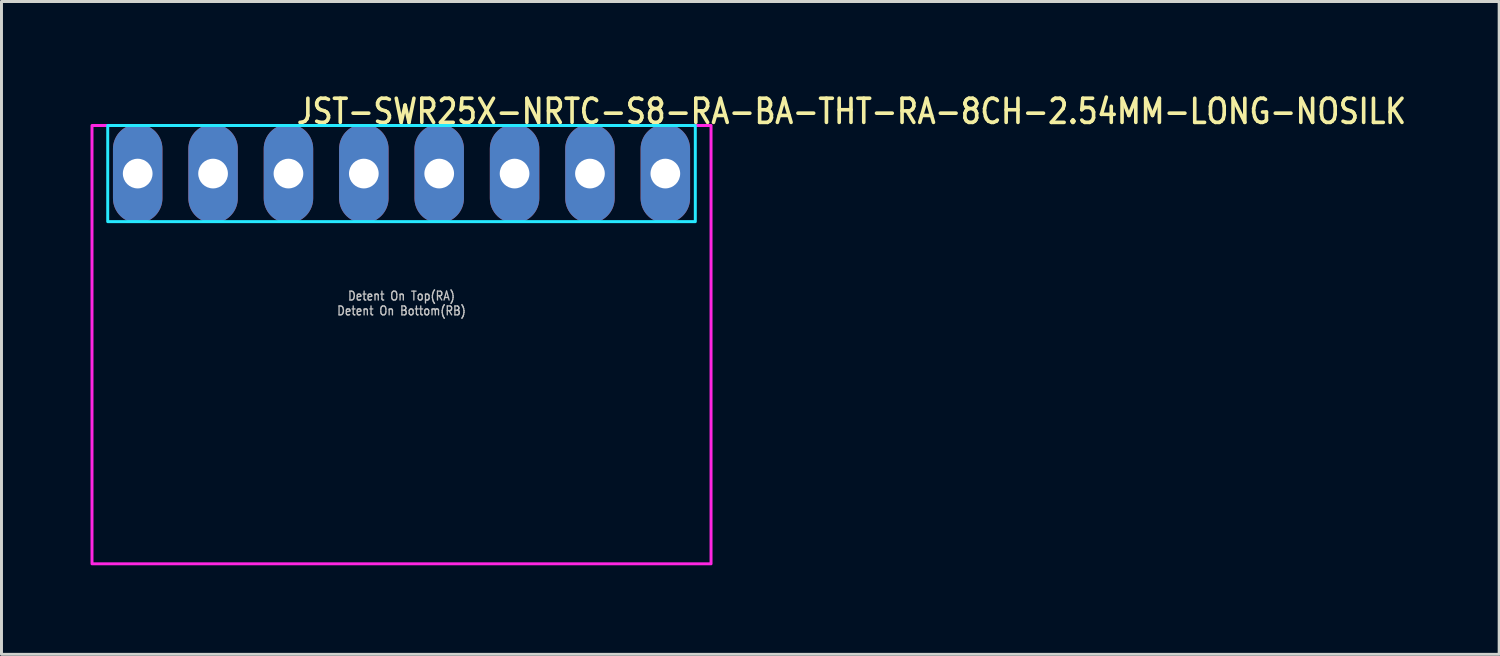
<source format=kicad_pcb>
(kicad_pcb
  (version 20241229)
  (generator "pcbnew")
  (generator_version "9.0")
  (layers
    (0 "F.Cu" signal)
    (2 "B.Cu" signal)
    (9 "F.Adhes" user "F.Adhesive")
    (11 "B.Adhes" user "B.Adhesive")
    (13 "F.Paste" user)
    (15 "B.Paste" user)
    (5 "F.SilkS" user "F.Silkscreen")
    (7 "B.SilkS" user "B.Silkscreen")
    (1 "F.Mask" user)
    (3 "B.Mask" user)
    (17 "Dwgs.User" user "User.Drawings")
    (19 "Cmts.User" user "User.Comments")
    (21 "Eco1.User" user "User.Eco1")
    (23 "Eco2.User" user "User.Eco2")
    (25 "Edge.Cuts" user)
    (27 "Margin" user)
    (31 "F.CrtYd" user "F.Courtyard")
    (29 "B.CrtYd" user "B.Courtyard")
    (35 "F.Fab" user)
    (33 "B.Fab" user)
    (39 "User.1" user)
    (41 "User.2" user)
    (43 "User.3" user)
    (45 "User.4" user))
  (footprint "JST-SWR25X-NRTC-S8-RA-BA-THT-RA-8CH-2.54MM-LONG-NOSILK"
    (layer "F.Cu")
    (at 10.48 2.799)
    (property "Reference" "JST-SWR25X-NRTC-S8-RA-BA-THT-RA-8CH-2.54MM-LONG-NOSILK" (at -3.6 -1.62 0) (unlocked yes) (layer "F.SilkS") (effects (font (size 0.813 0.695) (thickness 0.122)) (justify left bottom)))
    (fp_poly (pts (xy -9.9 -1.62) (xy -9.9 1.62) (xy 9.9 1.62) (xy 9.9 -1.62)) (stroke (width 0.1) (type solid)) (fill no) (layer "B.CrtYd"))
    (fp_poly (pts (xy -10.43 -1.62) (xy -10.43 13.15) (xy 10.43 13.15) (xy 10.43 -1.62)) (stroke (width 0.1) (type solid)) (fill no) (layer "F.CrtYd"))
    (fp_text user "Detent On Bottom(RB)" (at 0 4.8 0) (unlocked yes) (layer "Dwgs.User") (effects (font (size 0.3 0.257) (thickness 0.045)) (justify bottom)))
    (fp_text user "Detent On Top(RA)" (at 0 4.3 0) (unlocked yes) (layer "Dwgs.User") (effects (font (size 0.3 0.257) (thickness 0.045)) (justify bottom)))
    (pad "1" thru_hole oval (at -8.89 0 90) (size 3.333 1.667) (drill 1) (layers "*.Cu" "*.Mask"))
    (pad "2" thru_hole oval (at -6.35 0 90) (size 3.333 1.667) (drill 1) (layers "*.Cu" "*.Mask"))
    (pad "3" thru_hole oval (at -3.81 0 90) (size 3.333 1.667) (drill 1) (layers "*.Cu" "*.Mask"))
    (pad "4" thru_hole oval (at -1.27 0 90) (size 3.333 1.667) (drill 1) (layers "*.Cu" "*.Mask"))
    (pad "5" thru_hole oval (at 1.27 0 90) (size 3.333 1.667) (drill 1) (layers "*.Cu" "*.Mask"))
    (pad "6" thru_hole oval (at 3.81 0 90) (size 3.333 1.667) (drill 1) (layers "*.Cu" "*.Mask"))
    (pad "7" thru_hole oval (at 6.35 0 90) (size 3.333 1.667) (drill 1) (layers "*.Cu" "*.Mask"))
    (pad "8" thru_hole oval (at 8.89 0 90) (size 3.333 1.667) (drill 1) (layers "*.Cu" "*.Mask")))
  (gr_rect
    (start -3 -3)
    (end 47.468 18.999)
    (stroke (width 0.1) (type default))
    (fill no)
    (layer "Edge.Cuts")))
</source>
